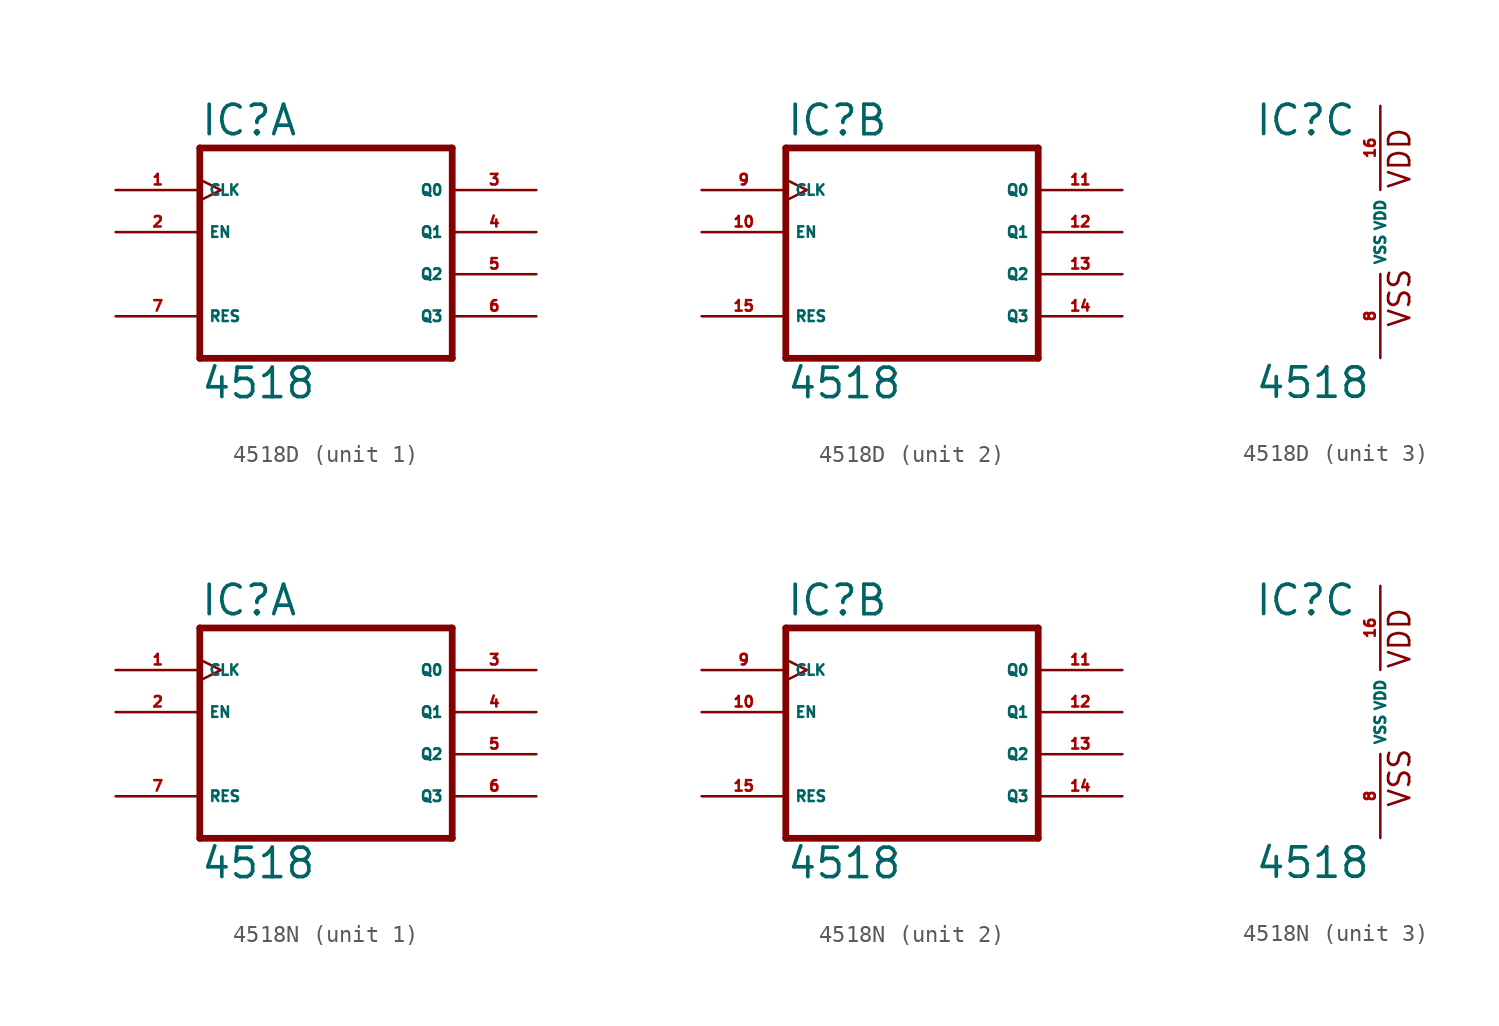
<source format=kicad_sym>
(kicad_symbol_lib
  (version 20220914)
  (generator Eagle2Kicad)
  (symbol "4518D"
    (property "Reference" "IC"
      (at -7.62 5.715 0)
      (effects (font (size 1.778 1.778) (thickness 0.22)) (justify left bottom)))
    (property "Value" "4518"
      (at -7.62 -10.16 0)
      (effects (font (size 1.778 1.778) (thickness 0.22)) (justify left bottom)))
    (symbol "4518D_1_0"
      (polyline (pts (xy -7.62 -7.62) (xy 7.62 -7.62)) (stroke (width 0.406) (type default)) (fill (type none)))
      (polyline (pts (xy 7.62 -7.62) (xy 7.62 5.08)) (stroke (width 0.406) (type default)) (fill (type none)))
      (polyline (pts (xy 7.62 5.08) (xy -7.62 5.08)) (stroke (width 0.406) (type default)) (fill (type none)))
      (polyline (pts (xy -7.62 5.08) (xy -7.62 -7.62)) (stroke (width 0.406) (type default)) (fill (type none)))
      (pin input clock (at -12.7 2.54 0) (length 5.08) (name "CLK" (effects (font (size 0.635 0.635) (thickness 0.08)) (justify left bottom))) (number "1" (effects (font (size 0.635 0.635) (thickness 0.08)) (justify left bottom))))
      (pin input line (at -12.7 0 0) (length 5.08) (name "EN" (effects (font (size 0.635 0.635) (thickness 0.08)) (justify left bottom))) (number "2" (effects (font (size 0.635 0.635) (thickness 0.08)) (justify left bottom))))
      (pin output line (at 12.7 2.54 180) (length 5.08) (name "Q0" (effects (font (size 0.635 0.635) (thickness 0.08)) (justify left bottom))) (number "3" (effects (font (size 0.635 0.635) (thickness 0.08)) (justify left bottom))))
      (pin output line (at 12.7 0 180) (length 5.08) (name "Q1" (effects (font (size 0.635 0.635) (thickness 0.08)) (justify left bottom))) (number "4" (effects (font (size 0.635 0.635) (thickness 0.08)) (justify left bottom))))
      (pin output line (at 12.7 -2.54 180) (length 5.08) (name "Q2" (effects (font (size 0.635 0.635) (thickness 0.08)) (justify left bottom))) (number "5" (effects (font (size 0.635 0.635) (thickness 0.08)) (justify left bottom))))
      (pin output line (at 12.7 -5.08 180) (length 5.08) (name "Q3" (effects (font (size 0.635 0.635) (thickness 0.08)) (justify left bottom))) (number "6" (effects (font (size 0.635 0.635) (thickness 0.08)) (justify left bottom))))
      (pin input line (at -12.7 -5.08 0) (length 5.08) (name "RES" (effects (font (size 0.635 0.635) (thickness 0.08)) (justify left bottom))) (number "7" (effects (font (size 0.635 0.635) (thickness 0.08)) (justify left bottom)))))
    (symbol "4518D_2_0"
      (polyline (pts (xy -7.62 -7.62) (xy 7.62 -7.62)) (stroke (width 0.406) (type default)) (fill (type none)))
      (polyline (pts (xy 7.62 -7.62) (xy 7.62 5.08)) (stroke (width 0.406) (type default)) (fill (type none)))
      (polyline (pts (xy 7.62 5.08) (xy -7.62 5.08)) (stroke (width 0.406) (type default)) (fill (type none)))
      (polyline (pts (xy -7.62 5.08) (xy -7.62 -7.62)) (stroke (width 0.406) (type default)) (fill (type none)))
      (pin input clock (at -12.7 2.54 0) (length 5.08) (name "CLK" (effects (font (size 0.635 0.635) (thickness 0.08)) (justify left bottom))) (number "9" (effects (font (size 0.635 0.635) (thickness 0.08)) (justify left bottom))))
      (pin input line (at -12.7 0 0) (length 5.08) (name "EN" (effects (font (size 0.635 0.635) (thickness 0.08)) (justify left bottom))) (number "10" (effects (font (size 0.635 0.635) (thickness 0.08)) (justify left bottom))))
      (pin output line (at 12.7 2.54 180) (length 5.08) (name "Q0" (effects (font (size 0.635 0.635) (thickness 0.08)) (justify left bottom))) (number "11" (effects (font (size 0.635 0.635) (thickness 0.08)) (justify left bottom))))
      (pin output line (at 12.7 0 180) (length 5.08) (name "Q1" (effects (font (size 0.635 0.635) (thickness 0.08)) (justify left bottom))) (number "12" (effects (font (size 0.635 0.635) (thickness 0.08)) (justify left bottom))))
      (pin output line (at 12.7 -2.54 180) (length 5.08) (name "Q2" (effects (font (size 0.635 0.635) (thickness 0.08)) (justify left bottom))) (number "13" (effects (font (size 0.635 0.635) (thickness 0.08)) (justify left bottom))))
      (pin output line (at 12.7 -5.08 180) (length 5.08) (name "Q3" (effects (font (size 0.635 0.635) (thickness 0.08)) (justify left bottom))) (number "14" (effects (font (size 0.635 0.635) (thickness 0.08)) (justify left bottom))))
      (pin input line (at -12.7 -5.08 0) (length 5.08) (name "RES" (effects (font (size 0.635 0.635) (thickness 0.08)) (justify left bottom))) (number "15" (effects (font (size 0.635 0.635) (thickness 0.08)) (justify left bottom)))))
    (symbol "4518D_3_0"
      (text "VDD" (at 1.905 2.54 900) (effects (font (size 1.27 1.27) (thickness 0.16)) (justify left bottom)))
      (text "VSS" (at 1.905 -5.842 900) (effects (font (size 1.27 1.27) (thickness 0.16)) (justify left bottom)))
      (pin unspecified line (at 0 -7.62 90) (length 5.08) (name "VSS" (effects (font (size 0.635 0.635) (thickness 0.08)) (justify left bottom))) (number "8" (effects (font (size 0.635 0.635) (thickness 0.08)) (justify left bottom))))
      (pin unspecified line (at 0 7.62 270) (length 5.08) (name "VDD" (effects (font (size 0.635 0.635) (thickness 0.08)) (justify left bottom))) (number "16" (effects (font (size 0.635 0.635) (thickness 0.08)) (justify left bottom))))))
  (symbol "4518N"
    (property "Reference" "IC"
      (at -7.62 5.715 0)
      (effects (font (size 1.778 1.778) (thickness 0.22)) (justify left bottom)))
    (property "Value" "4518"
      (at -7.62 -10.16 0)
      (effects (font (size 1.778 1.778) (thickness 0.22)) (justify left bottom)))
    (symbol "4518N_1_0"
      (polyline (pts (xy -7.62 -7.62) (xy 7.62 -7.62)) (stroke (width 0.406) (type default)) (fill (type none)))
      (polyline (pts (xy 7.62 -7.62) (xy 7.62 5.08)) (stroke (width 0.406) (type default)) (fill (type none)))
      (polyline (pts (xy 7.62 5.08) (xy -7.62 5.08)) (stroke (width 0.406) (type default)) (fill (type none)))
      (polyline (pts (xy -7.62 5.08) (xy -7.62 -7.62)) (stroke (width 0.406) (type default)) (fill (type none)))
      (pin input clock (at -12.7 2.54 0) (length 5.08) (name "CLK" (effects (font (size 0.635 0.635) (thickness 0.08)) (justify left bottom))) (number "1" (effects (font (size 0.635 0.635) (thickness 0.08)) (justify left bottom))))
      (pin input line (at -12.7 0 0) (length 5.08) (name "EN" (effects (font (size 0.635 0.635) (thickness 0.08)) (justify left bottom))) (number "2" (effects (font (size 0.635 0.635) (thickness 0.08)) (justify left bottom))))
      (pin output line (at 12.7 2.54 180) (length 5.08) (name "Q0" (effects (font (size 0.635 0.635) (thickness 0.08)) (justify left bottom))) (number "3" (effects (font (size 0.635 0.635) (thickness 0.08)) (justify left bottom))))
      (pin output line (at 12.7 0 180) (length 5.08) (name "Q1" (effects (font (size 0.635 0.635) (thickness 0.08)) (justify left bottom))) (number "4" (effects (font (size 0.635 0.635) (thickness 0.08)) (justify left bottom))))
      (pin output line (at 12.7 -2.54 180) (length 5.08) (name "Q2" (effects (font (size 0.635 0.635) (thickness 0.08)) (justify left bottom))) (number "5" (effects (font (size 0.635 0.635) (thickness 0.08)) (justify left bottom))))
      (pin output line (at 12.7 -5.08 180) (length 5.08) (name "Q3" (effects (font (size 0.635 0.635) (thickness 0.08)) (justify left bottom))) (number "6" (effects (font (size 0.635 0.635) (thickness 0.08)) (justify left bottom))))
      (pin input line (at -12.7 -5.08 0) (length 5.08) (name "RES" (effects (font (size 0.635 0.635) (thickness 0.08)) (justify left bottom))) (number "7" (effects (font (size 0.635 0.635) (thickness 0.08)) (justify left bottom)))))
    (symbol "4518N_2_0"
      (polyline (pts (xy -7.62 -7.62) (xy 7.62 -7.62)) (stroke (width 0.406) (type default)) (fill (type none)))
      (polyline (pts (xy 7.62 -7.62) (xy 7.62 5.08)) (stroke (width 0.406) (type default)) (fill (type none)))
      (polyline (pts (xy 7.62 5.08) (xy -7.62 5.08)) (stroke (width 0.406) (type default)) (fill (type none)))
      (polyline (pts (xy -7.62 5.08) (xy -7.62 -7.62)) (stroke (width 0.406) (type default)) (fill (type none)))
      (pin input clock (at -12.7 2.54 0) (length 5.08) (name "CLK" (effects (font (size 0.635 0.635) (thickness 0.08)) (justify left bottom))) (number "9" (effects (font (size 0.635 0.635) (thickness 0.08)) (justify left bottom))))
      (pin input line (at -12.7 0 0) (length 5.08) (name "EN" (effects (font (size 0.635 0.635) (thickness 0.08)) (justify left bottom))) (number "10" (effects (font (size 0.635 0.635) (thickness 0.08)) (justify left bottom))))
      (pin output line (at 12.7 2.54 180) (length 5.08) (name "Q0" (effects (font (size 0.635 0.635) (thickness 0.08)) (justify left bottom))) (number "11" (effects (font (size 0.635 0.635) (thickness 0.08)) (justify left bottom))))
      (pin output line (at 12.7 0 180) (length 5.08) (name "Q1" (effects (font (size 0.635 0.635) (thickness 0.08)) (justify left bottom))) (number "12" (effects (font (size 0.635 0.635) (thickness 0.08)) (justify left bottom))))
      (pin output line (at 12.7 -2.54 180) (length 5.08) (name "Q2" (effects (font (size 0.635 0.635) (thickness 0.08)) (justify left bottom))) (number "13" (effects (font (size 0.635 0.635) (thickness 0.08)) (justify left bottom))))
      (pin output line (at 12.7 -5.08 180) (length 5.08) (name "Q3" (effects (font (size 0.635 0.635) (thickness 0.08)) (justify left bottom))) (number "14" (effects (font (size 0.635 0.635) (thickness 0.08)) (justify left bottom))))
      (pin input line (at -12.7 -5.08 0) (length 5.08) (name "RES" (effects (font (size 0.635 0.635) (thickness 0.08)) (justify left bottom))) (number "15" (effects (font (size 0.635 0.635) (thickness 0.08)) (justify left bottom)))))
    (symbol "4518N_3_0"
      (text "VDD" (at 1.905 2.54 900) (effects (font (size 1.27 1.27) (thickness 0.16)) (justify left bottom)))
      (text "VSS" (at 1.905 -5.842 900) (effects (font (size 1.27 1.27) (thickness 0.16)) (justify left bottom)))
      (pin unspecified line (at 0 -7.62 90) (length 5.08) (name "VSS" (effects (font (size 0.635 0.635) (thickness 0.08)) (justify left bottom))) (number "8" (effects (font (size 0.635 0.635) (thickness 0.08)) (justify left bottom))))
      (pin unspecified line (at 0 7.62 270) (length 5.08) (name "VDD" (effects (font (size 0.635 0.635) (thickness 0.08)) (justify left bottom))) (number "16" (effects (font (size 0.635 0.635) (thickness 0.08)) (justify left bottom)))))))
</source>
